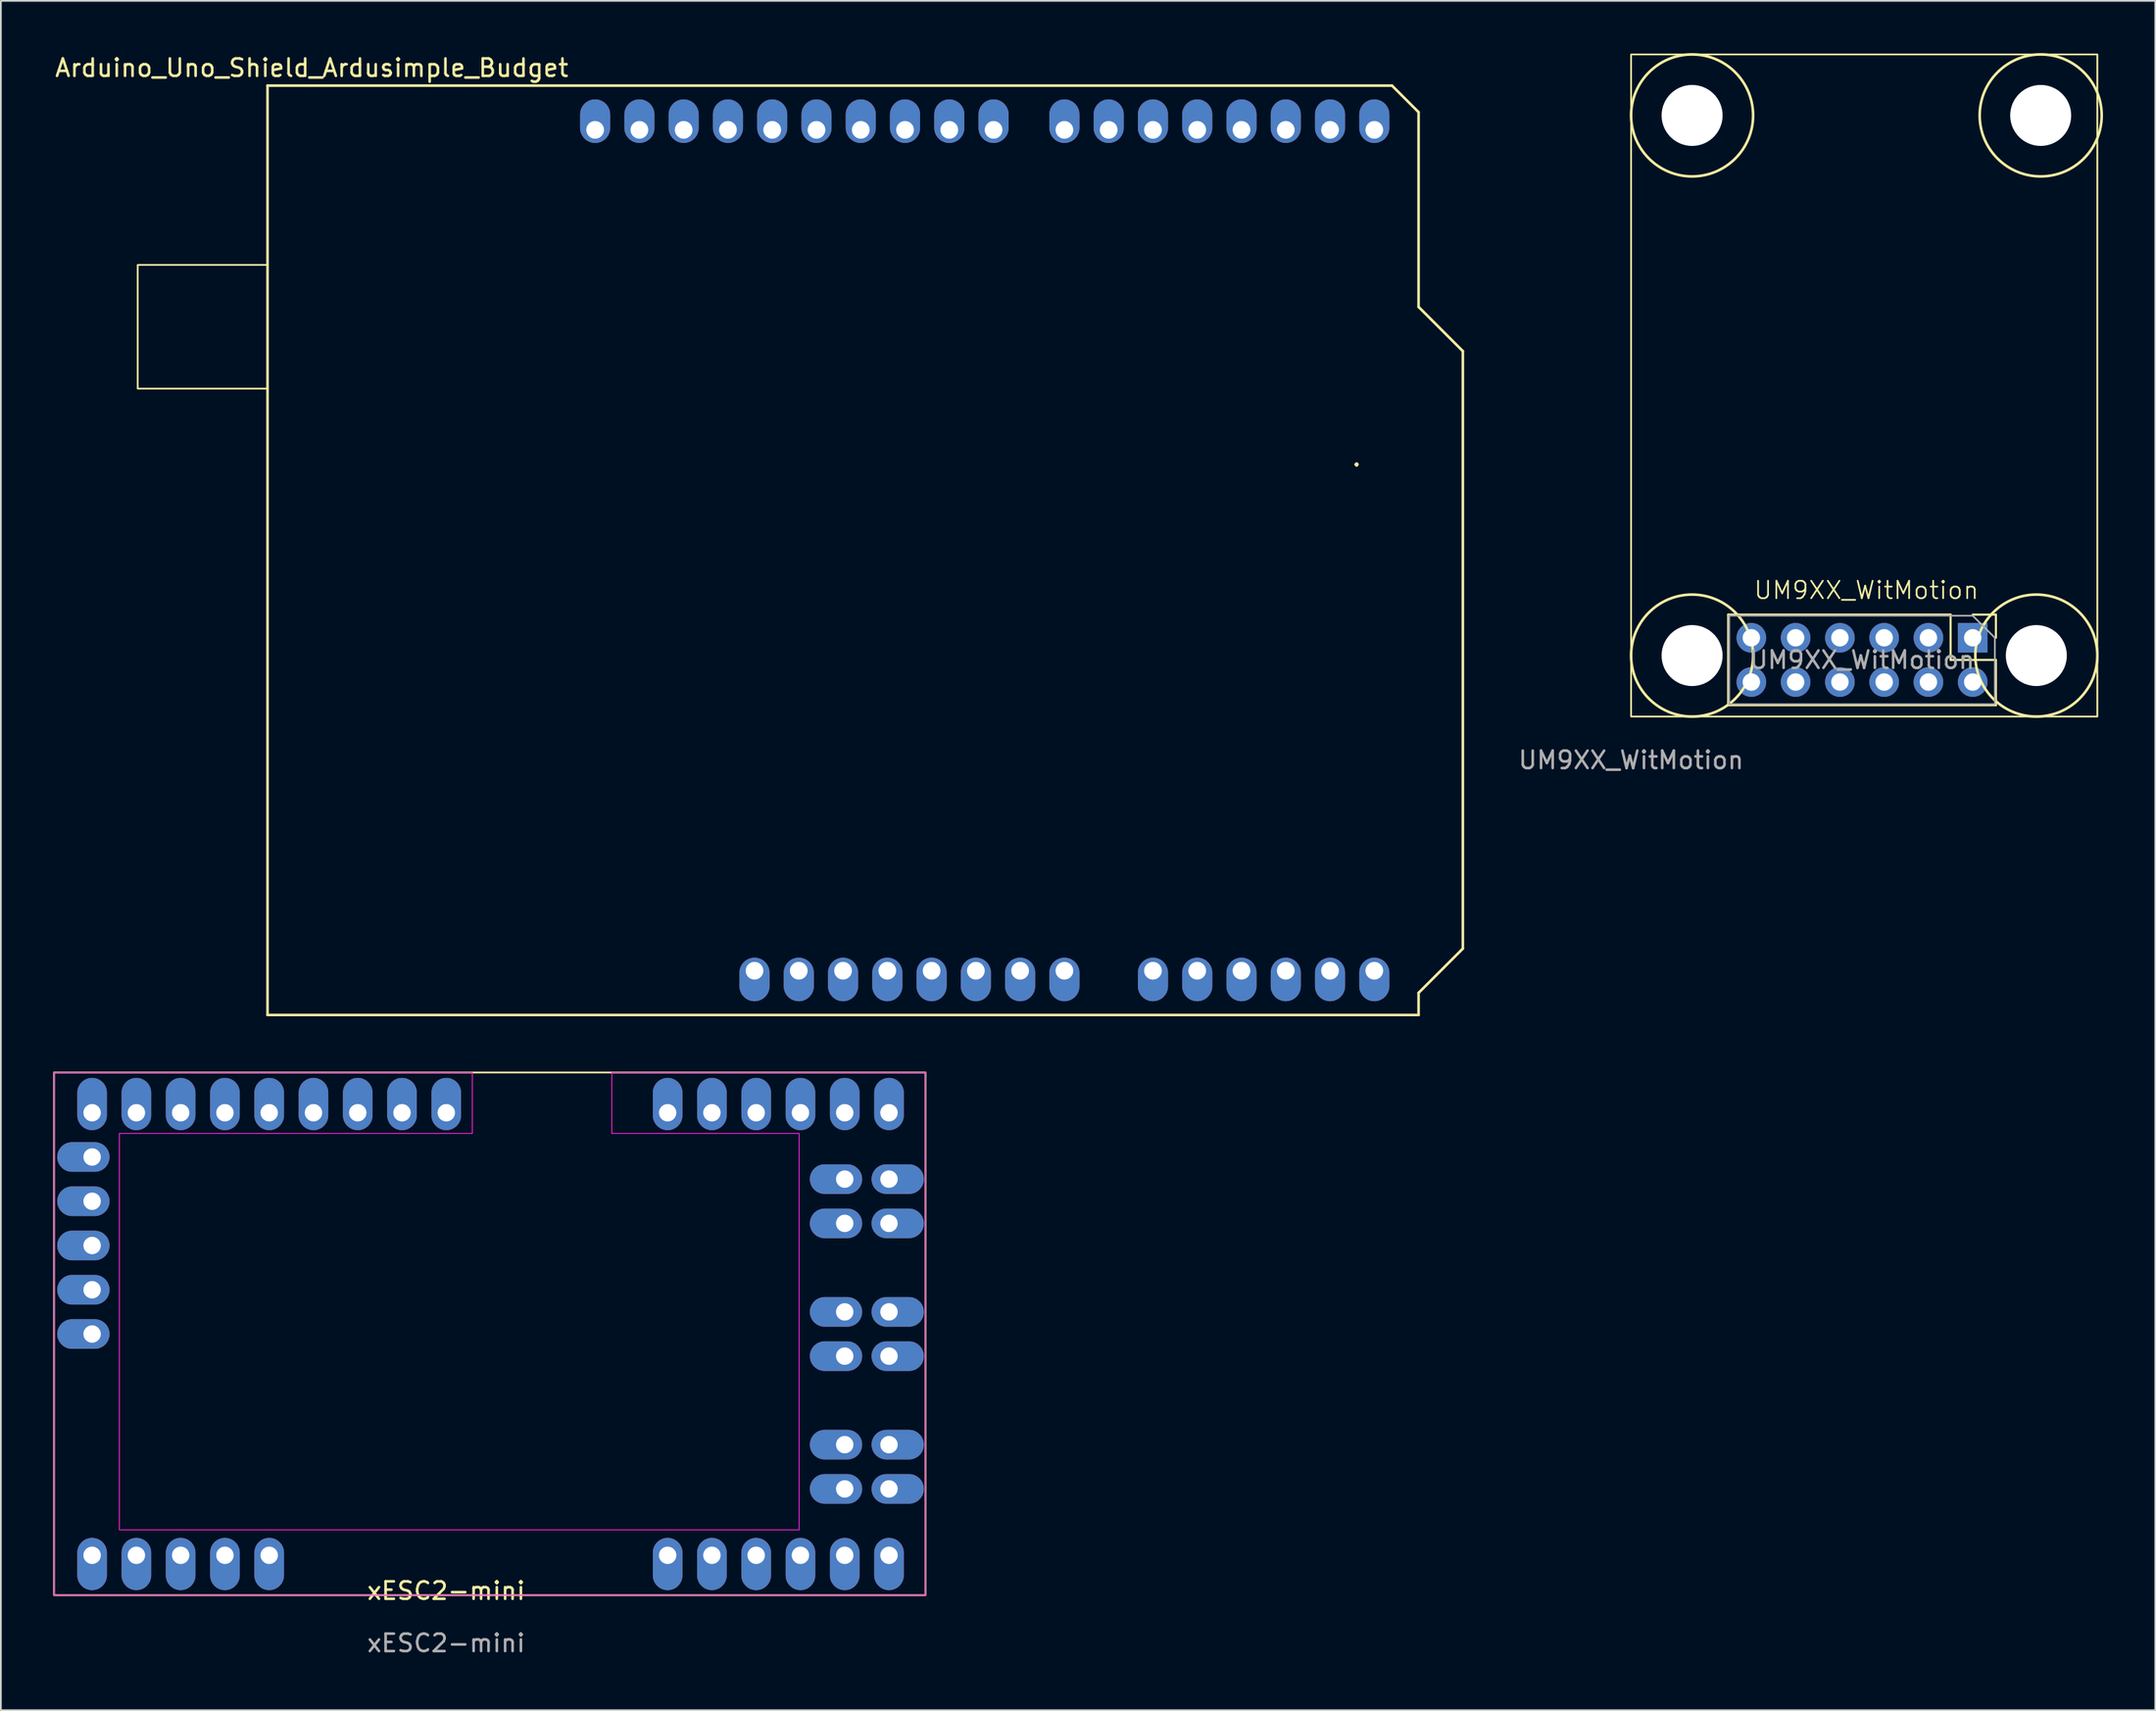
<source format=kicad_pcb>
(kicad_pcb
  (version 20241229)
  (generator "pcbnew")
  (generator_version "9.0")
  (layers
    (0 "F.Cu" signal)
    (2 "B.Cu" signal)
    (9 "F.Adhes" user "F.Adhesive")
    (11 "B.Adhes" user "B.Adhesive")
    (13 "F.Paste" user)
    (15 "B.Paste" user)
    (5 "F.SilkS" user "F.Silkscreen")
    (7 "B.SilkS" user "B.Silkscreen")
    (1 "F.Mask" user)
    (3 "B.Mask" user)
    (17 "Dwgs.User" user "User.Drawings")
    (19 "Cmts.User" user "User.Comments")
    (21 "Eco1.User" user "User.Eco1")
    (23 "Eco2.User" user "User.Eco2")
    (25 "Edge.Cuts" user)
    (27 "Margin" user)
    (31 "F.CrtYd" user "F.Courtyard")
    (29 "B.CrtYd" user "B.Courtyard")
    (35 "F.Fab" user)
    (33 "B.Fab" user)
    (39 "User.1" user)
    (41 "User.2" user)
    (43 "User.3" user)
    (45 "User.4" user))
  (footprint "xESC2-mini"
    (layer "F.Cu")
    (at 22.55 88.754)
    (property "Reference" "xESC2-mini" (at 0 -0.5 0) (unlocked yes) (layer "F.SilkS") (effects (font (size 1 1) (thickness 0.15))))
    (attr through_hole)
    (fp_rect (start -22.5 -30.25) (end 27.5 -0.25) (stroke (width 0.1) (type default)) (fill no) (layer "F.SilkS"))
    (fp_line (start -22.5 -30.25) (end -22.5 -0.25) (stroke (width 0.05) (type default)) (layer "F.CrtYd"))
    (fp_line (start -22.5 -0.25) (end 27.5 -0.25) (stroke (width 0.05) (type default)) (layer "F.CrtYd"))
    (fp_line (start -18.75 -26.75) (end 1.5 -26.75) (stroke (width 0.05) (type default)) (layer "F.CrtYd"))
    (fp_line (start -18.75 -4) (end -18.75 -26.75) (stroke (width 0.05) (type default)) (layer "F.CrtYd"))
    (fp_line (start 1.5 -30.25) (end -22.5 -30.25) (stroke (width 0.05) (type default)) (layer "F.CrtYd"))
    (fp_line (start 1.5 -26.75) (end 1.5 -30.25) (stroke (width 0.05) (type default)) (layer "F.CrtYd"))
    (fp_line (start 9.5 -30.25) (end 9.5 -26.75) (stroke (width 0.05) (type default)) (layer "F.CrtYd"))
    (fp_line (start 9.5 -26.75) (end 20.25 -26.75) (stroke (width 0.05) (type default)) (layer "F.CrtYd"))
    (fp_line (start 20.25 -26.75) (end 20.25 -4) (stroke (width 0.05) (type default)) (layer "F.CrtYd"))
    (fp_line (start 20.25 -4) (end -18.75 -4) (stroke (width 0.05) (type default)) (layer "F.CrtYd"))
    (fp_line (start 27.5 -30.25) (end 9.5 -30.25) (stroke (width 0.05) (type default)) (layer "F.CrtYd"))
    (fp_line (start 27.5 -0.25) (end 27.5 -30.25) (stroke (width 0.05) (type default)) (layer "F.CrtYd"))
    (fp_text user "${REFERENCE}" (at 0 2.5 0) (unlocked yes) (layer "F.Fab") (effects (font (size 1 1) (thickness 0.15))))
    (pad "1" thru_hole oval (at -17.775 -27.94 270) (size 3 1.7) (drill oval 1 (offset -0.5 0)) (layers "*.Cu" "*.Mask"))
    (pad "2" thru_hole oval (at -15.235 -27.94 270) (size 3 1.7) (drill oval 1 (offset -0.5 0)) (layers "*.Cu" "*.Mask"))
    (pad "3" thru_hole oval (at -10.155 -27.94 270) (size 3 1.7) (drill oval 1 (offset -0.5 0)) (layers "*.Cu" "*.Mask"))
    (pad "4" thru_hole oval (at -7.615 -27.94 270) (size 3 1.7) (drill oval 1 (offset -0.5 0)) (layers "*.Cu" "*.Mask"))
    (pad "5" thru_hole oval (at -5.075 -27.94 270) (size 3 1.7) (drill oval 1 (offset -0.5 0)) (layers "*.Cu" "*.Mask"))
    (pad "5V" thru_hole oval (at -12.695 -27.94 270) (size 3 1.7) (drill oval 1 (offset -0.5 0)) (layers "*.Cu" "*.Mask"))
    (pad "5V" thru_hole oval (at 17.785 -27.94 270) (size 3 1.7) (drill oval 1 (offset -0.5 0)) (layers "*.Cu" "*.Mask"))
    (pad "5V" thru_hole oval (at 17.785 -2.54 270) (size 3 1.7) (drill oval 1 (offset 0.5 0)) (layers "*.Cu" "*.Mask"))
    (pad "5V" thru_hole oval (at 20.325 -27.94 270) (size 3 1.7) (drill oval 1 (offset -0.5 0)) (layers "*.Cu" "*.Mask"))
    (pad "5V" thru_hole oval (at 20.325 -2.54 270) (size 3 1.7) (drill oval 1 (offset 0.5 0)) (layers "*.Cu" "*.Mask"))
    (pad "6" thru_hole oval (at -2.535 -27.94 270) (size 3 1.7) (drill oval 1 (offset -0.5 0)) (layers "*.Cu" "*.Mask"))
    (pad "7" thru_hole oval (at -20.315 -25.4 270) (size 1.7 3) (drill oval 1 (offset 0 0.5)) (layers "*.Cu" "*.Mask"))
    (pad "8" thru_hole oval (at -20.315 -22.86 270) (size 1.7 3) (drill oval 1 (offset 0 0.5)) (layers "*.Cu" "*.Mask"))
    (pad "9" thru_hole oval (at -20.315 -17.78 270) (size 1.7 3) (drill oval 1 (offset 0 0.5)) (layers "*.Cu" "*.Mask"))
    (pad "10" thru_hole oval (at -20.315 -15.24 270) (size 1.7 3) (drill oval 1 (offset 0 0.5)) (layers "*.Cu" "*.Mask"))
    (pad "11" thru_hole oval (at -20.315 -2.54 270) (size 3 1.7) (drill oval 1 (offset 0.5 0)) (layers "*.Cu" "*.Mask"))
    (pad "12" thru_hole oval (at -17.775 -2.54 270) (size 3 1.7) (drill oval 1 (offset 0.5 0)) (layers "*.Cu" "*.Mask"))
    (pad "13" thru_hole oval (at -15.235 -2.54 270) (size 3 1.7) (drill oval 1 (offset 0.5 0)) (layers "*.Cu" "*.Mask"))
    (pad "14" thru_hole oval (at -12.695 -2.54 270) (size 3 1.7) (drill oval 1 (offset 0.5 0)) (layers "*.Cu" "*.Mask"))
    (pad "GND" thru_hole oval (at -20.315 -27.94 270) (size 3 1.7) (drill oval 1 (offset -0.5 0)) (layers "*.Cu" "*.Mask"))
    (pad "GND" thru_hole oval (at -20.315 -20.32 270) (size 1.7 3) (drill oval 1 (offset 0 0.5)) (layers "*.Cu" "*.Mask"))
    (pad "GND" thru_hole oval (at -10.155 -2.54 270) (size 3 1.7) (drill oval 1 (offset 0.5 0)) (layers "*.Cu" "*.Mask"))
    (pad "GND" thru_hole oval (at 0.005 -27.94 270) (size 3 1.7) (drill oval 1 (offset -0.5 0)) (layers "*.Cu" "*.Mask"))
    (pad "GND" thru_hole oval (at 22.865 -27.94 270) (size 3 1.7) (drill oval 1 (offset -0.5 0)) (layers "*.Cu" "*.Mask"))
    (pad "GND" thru_hole oval (at 22.865 -2.54 270) (size 3 1.7) (drill oval 1 (offset 0.5 0)) (layers "*.Cu" "*.Mask"))
    (pad "GND" thru_hole oval (at 25.405 -27.94 270) (size 3 1.7) (drill oval 1 (offset -0.5 0)) (layers "*.Cu" "*.Mask"))
    (pad "GND" thru_hole oval (at 25.405 -2.54 270) (size 3 1.7) (drill oval 1 (offset 0.5 0)) (layers "*.Cu" "*.Mask"))
    (pad "U" thru_hole oval (at 22.865 -8.89 270) (size 1.7 3) (drill oval 1 (offset 0 0.5)) (layers "*.Cu" "*.Mask"))
    (pad "U" thru_hole oval (at 22.865 -6.35 270) (size 1.7 3) (drill oval 1 (offset 0 0.5)) (layers "*.Cu" "*.Mask"))
    (pad "U" thru_hole oval (at 25.405 -8.89 270) (size 1.7 3) (drill oval 1 (offset 0 -0.5)) (layers "*.Cu" "*.Mask"))
    (pad "U" thru_hole oval (at 25.405 -6.35 270) (size 1.7 3) (drill oval 1 (offset 0 -0.5)) (layers "*.Cu" "*.Mask"))
    (pad "V" thru_hole oval (at 22.865 -16.51 270) (size 1.7 3) (drill oval 1 (offset 0 0.5)) (layers "*.Cu" "*.Mask"))
    (pad "V" thru_hole oval (at 22.865 -13.97 270) (size 1.7 3) (drill oval 1 (offset 0 0.5)) (layers "*.Cu" "*.Mask"))
    (pad "V" thru_hole oval (at 25.405 -16.51 270) (size 1.7 3) (drill oval 1 (offset 0 -0.5)) (layers "*.Cu" "*.Mask"))
    (pad "V" thru_hole oval (at 25.405 -13.97 270) (size 1.7 3) (drill oval 1 (offset 0 -0.5)) (layers "*.Cu" "*.Mask"))
    (pad "VM" thru_hole oval (at 12.705 -27.94 270) (size 3 1.7) (drill oval 1 (offset -0.5 0)) (layers "*.Cu" "*.Mask"))
    (pad "VM" thru_hole oval (at 12.705 -2.54 270) (size 3 1.7) (drill oval 1 (offset 0.5 0)) (layers "*.Cu" "*.Mask"))
    (pad "VM" thru_hole oval (at 15.245 -27.94 270) (size 3 1.7) (drill oval 1 (offset -0.5 0)) (layers "*.Cu" "*.Mask"))
    (pad "VM" thru_hole oval (at 15.245 -2.54 270) (size 3 1.7) (drill oval 1 (offset 0.5 0)) (layers "*.Cu" "*.Mask"))
    (pad "W" thru_hole oval (at 22.865 -24.13 270) (size 1.7 3) (drill oval 1 (offset 0 0.5)) (layers "*.Cu" "*.Mask"))
    (pad "W" thru_hole oval (at 22.865 -21.59 270) (size 1.7 3) (drill oval 1 (offset 0 0.5)) (layers "*.Cu" "*.Mask"))
    (pad "W" thru_hole oval (at 25.405 -24.13 270) (size 1.7 3) (drill oval 1 (offset 0 -0.5)) (layers "*.Cu" "*.Mask"))
    (pad "W" thru_hole oval (at 25.405 -21.59 270) (size 1.7 3) (drill oval 1 (offset 0 -0.5)) (layers "*.Cu" "*.Mask")))
  (footprint "UM9XX_WitMotion"
    (layer "F.Cu")
    (at 90.532 38.075)
    (property "Reference" "UM9XX_WitMotion" (at 13.5 -7.25 0) (unlocked yes) (layer "F.SilkS") (effects (font (size 1 1) (thickness 0.1))))
    (attr through_hole)
    (fp_line (start 5.57 -5.85) (end 5.57 -0.65) (stroke (width 0.12) (type solid)) (layer "F.SilkS"))
    (fp_line (start 18.33 -5.85) (end 5.57 -5.85) (stroke (width 0.12) (type solid)) (layer "F.SilkS"))
    (fp_line (start 18.33 -5.85) (end 18.33 -3.25) (stroke (width 0.12) (type solid)) (layer "F.SilkS"))
    (fp_line (start 18.33 -3.25) (end 20.93 -3.25) (stroke (width 0.12) (type solid)) (layer "F.SilkS"))
    (fp_line (start 19.6 -5.85) (end 20.93 -5.85) (stroke (width 0.12) (type solid)) (layer "F.SilkS"))
    (fp_line (start 20.93 -5.85) (end 20.93 -4.52) (stroke (width 0.12) (type solid)) (layer "F.SilkS"))
    (fp_line (start 20.93 -3.25) (end 20.93 -0.65) (stroke (width 0.12) (type solid)) (layer "F.SilkS"))
    (fp_line (start 20.93 -0.65) (end 5.57 -0.65) (stroke (width 0.12) (type solid)) (layer "F.SilkS"))
    (fp_rect (start 0 -38) (end 26.75 0) (stroke (width 0.1) (type default)) (fill no) (layer "F.SilkS"))
    (fp_circle (center 3.5 -34.5) (end 7 -34.5) (stroke (width 0.15) (type solid)) (fill no) (layer "F.SilkS"))
    (fp_circle (center 3.5 -3.5) (end 7 -3.5) (stroke (width 0.15) (type solid)) (fill no) (layer "F.SilkS"))
    (fp_circle (center 23.25 -3.5) (end 26.75 -3.5) (stroke (width 0.15) (type solid)) (fill no) (layer "F.SilkS"))
    (fp_circle (center 23.5 -34.5) (end 27 -34.5) (stroke (width 0.15) (type solid)) (fill no) (layer "F.SilkS"))
    (fp_line (start 5.63 -5.79) (end 19.6 -5.79) (stroke (width 0.1) (type solid)) (layer "F.Fab"))
    (fp_line (start 5.63 -0.71) (end 5.63 -5.79) (stroke (width 0.1) (type solid)) (layer "F.Fab"))
    (fp_line (start 19.6 -5.79) (end 20.87 -4.52) (stroke (width 0.1) (type solid)) (layer "F.Fab"))
    (fp_line (start 20.87 -4.52) (end 20.87 -0.71) (stroke (width 0.1) (type solid)) (layer "F.Fab"))
    (fp_line (start 20.87 -0.71) (end 5.63 -0.71) (stroke (width 0.1) (type solid)) (layer "F.Fab"))
    (fp_text user "${REFERENCE}" (at 0 2.5 0) (unlocked yes) (layer "F.Fab") (effects (font (size 1 1) (thickness 0.15))))
    (fp_text user "${REFERENCE}" (at 13.25 -3.25 0) (layer "F.Fab") (effects (font (size 1 1) (thickness 0.15))))
    (pad "" np_thru_hole circle (at 3.5 -34.5) (size 3.5 3.5) (drill 3.5) (layers "*.Cu" "*.Mask"))
    (pad "" np_thru_hole circle (at 3.5 -3.5) (size 3.5 3.5) (drill 3.5) (layers "*.Cu" "*.Mask"))
    (pad "" np_thru_hole circle (at 23.25 -3.5) (size 3.5 3.5) (drill 3.5) (layers "*.Cu" "*.Mask"))
    (pad "" np_thru_hole circle (at 23.5 -34.5) (size 3.5 3.5) (drill 3.5) (layers "*.Cu" "*.Mask"))
    (pad "1" thru_hole rect (at 19.6 -4.52 270) (size 1.7 1.7) (drill 1) (layers "*.Cu" "*.Mask"))
    (pad "2" thru_hole oval (at 17.06 -4.52 270) (size 1.7 1.7) (drill 1) (layers "*.Cu" "*.Mask"))
    (pad "3" thru_hole oval (at 14.52 -4.52 270) (size 1.7 1.7) (drill 1) (layers "*.Cu" "*.Mask"))
    (pad "4" thru_hole oval (at 11.98 -4.52 270) (size 1.7 1.7) (drill 1) (layers "*.Cu" "*.Mask"))
    (pad "5" thru_hole oval (at 9.44 -4.52 270) (size 1.7 1.7) (drill 1) (layers "*.Cu" "*.Mask"))
    (pad "6" thru_hole oval (at 6.9 -4.52 270) (size 1.7 1.7) (drill 1) (layers "*.Cu" "*.Mask"))
    (pad "7" thru_hole oval (at 19.6 -1.98 270) (size 1.7 1.7) (drill 1) (layers "*.Cu" "*.Mask"))
    (pad "8" thru_hole oval (at 17.06 -1.98 270) (size 1.7 1.7) (drill 1) (layers "*.Cu" "*.Mask"))
    (pad "9" thru_hole oval (at 14.52 -1.98 270) (size 1.7 1.7) (drill 1) (layers "*.Cu" "*.Mask"))
    (pad "10" thru_hole oval (at 11.98 -1.98 270) (size 1.7 1.7) (drill 1) (layers "*.Cu" "*.Mask"))
    (pad "11" thru_hole oval (at 9.44 -1.98 270) (size 1.7 1.7) (drill 1) (layers "*.Cu" "*.Mask"))
    (pad "12" thru_hole oval (at 6.9 -1.98 270) (size 1.7 1.7) (drill 1) (layers "*.Cu" "*.Mask")))
  (footprint "Arduino_Uno_Shield_Ardusimple_Budget"
    (layer "F.Cu")
    (at 12.299 55.204)
    (property "Reference" "Arduino_Uno_Shield_Ardusimple_Budget" (at 2.54 -54.356 0) (layer "F.SilkS") (effects (font (size 1 1) (thickness 0.15))))
    (attr through_hole)
    (fp_line (start 0 -53.34) (end 0 0) (stroke (width 0.15) (type solid)) (layer "F.SilkS"))
    (fp_line (start 0 -53.34) (end 64.516 -53.34) (stroke (width 0.15) (type solid)) (layer "F.SilkS"))
    (fp_line (start 0 0) (end 66.04 0) (stroke (width 0.15) (type solid)) (layer "F.SilkS"))
    (fp_line (start 64.516 -53.34) (end 66.04 -51.816) (stroke (width 0.15) (type solid)) (layer "F.SilkS"))
    (fp_line (start 66.04 -40.64) (end 66.04 -51.816) (stroke (width 0.15) (type solid)) (layer "F.SilkS"))
    (fp_line (start 66.04 -1.27) (end 68.58 -3.81) (stroke (width 0.15) (type solid)) (layer "F.SilkS"))
    (fp_line (start 66.04 0) (end 66.04 -1.27) (stroke (width 0.15) (type solid)) (layer "F.SilkS"))
    (fp_line (start 68.58 -38.1) (end 66.04 -40.64) (stroke (width 0.15) (type solid)) (layer "F.SilkS"))
    (fp_line (start 68.58 -3.81) (end 68.58 -38.1) (stroke (width 0.15) (type solid)) (layer "F.SilkS"))
    (fp_rect (start -7.45 -43.05) (end 0 -35.95) (stroke (width 0.1) (type default)) (fill no) (layer "F.SilkS"))
    (fp_text user "." (at 62.484 -32.004 0) (layer "F.SilkS") (effects (font (size 1 1) (thickness 0.15))))
    (pad "" thru_hole oval (at 27.94 -2.54) (size 1.727 2.5) (drill 1.016 (offset 0 0.5)) (layers "*.Cu" "*.Mask"))
    (pad "3V3" thru_hole oval (at 35.56 -2.54) (size 1.727 2.5) (drill 1.016 (offset 0 0.5)) (layers "*.Cu" "*.Mask"))
    (pad "5V1" thru_hole oval (at 38.1 -2.54) (size 1.727 2.5) (drill 1.016 (offset 0 0.5)) (layers "*.Cu" "*.Mask"))
    (pad "A0" thru_hole oval (at 50.8 -2.54) (size 1.727 2.5) (drill 1.016 (offset 0 0.5)) (layers "*.Cu" "*.Mask"))
    (pad "A1" thru_hole oval (at 53.34 -2.54) (size 1.727 2.5) (drill 1.016 (offset 0 0.5)) (layers "*.Cu" "*.Mask"))
    (pad "A2" thru_hole oval (at 55.88 -2.54) (size 1.727 2.5) (drill 1.016 (offset 0 0.5)) (layers "*.Cu" "*.Mask"))
    (pad "A3" thru_hole oval (at 58.42 -2.54) (size 1.727 2.5) (drill 1.016 (offset 0 0.5)) (layers "*.Cu" "*.Mask"))
    (pad "A4" thru_hole oval (at 60.96 -2.54) (size 1.727 2.5) (drill 1.016 (offset 0 0.5)) (layers "*.Cu" "*.Mask"))
    (pad "A5" thru_hole oval (at 63.5 -2.54) (size 1.727 2.5) (drill 1.016 (offset 0 0.5)) (layers "*.Cu" "*.Mask"))
    (pad "AREF" thru_hole oval (at 23.876 -50.8) (size 1.727 2.5) (drill 1.016 (offset 0 -0.5)) (layers "*.Cu" "*.Mask"))
    (pad "D0" thru_hole oval (at 63.5 -50.8) (size 1.727 2.5) (drill 1.016 (offset 0 -0.5)) (layers "*.Cu" "*.Mask"))
    (pad "D1" thru_hole oval (at 60.96 -50.8) (size 1.727 2.5) (drill 1.016 (offset 0 -0.5)) (layers "*.Cu" "*.Mask"))
    (pad "D2" thru_hole oval (at 58.42 -50.8) (size 1.727 2.5) (drill 1.016 (offset 0 -0.5)) (layers "*.Cu" "*.Mask"))
    (pad "D3" thru_hole oval (at 55.88 -50.8) (size 1.727 2.5) (drill 1.016 (offset 0 -0.5)) (layers "*.Cu" "*.Mask"))
    (pad "D4" thru_hole oval (at 53.34 -50.8) (size 1.727 2.5) (drill 1.016 (offset 0 -0.5)) (layers "*.Cu" "*.Mask"))
    (pad "D5" thru_hole oval (at 50.8 -50.8) (size 1.727 2.5) (drill 1.016 (offset 0 -0.5)) (layers "*.Cu" "*.Mask"))
    (pad "D6" thru_hole oval (at 48.26 -50.8) (size 1.727 2.5) (drill 1.016 (offset 0 -0.5)) (layers "*.Cu" "*.Mask"))
    (pad "D7" thru_hole oval (at 45.72 -50.8) (size 1.727 2.5) (drill 1.016 (offset 0 -0.5)) (layers "*.Cu" "*.Mask"))
    (pad "D8" thru_hole oval (at 41.656 -50.8) (size 1.727 2.5) (drill 1.016 (offset 0 -0.5)) (layers "*.Cu" "*.Mask"))
    (pad "D9" thru_hole oval (at 39.116 -50.8) (size 1.727 2.5) (drill 1.016 (offset 0 -0.5)) (layers "*.Cu" "*.Mask"))
    (pad "D10" thru_hole oval (at 36.576 -50.8) (size 1.727 2.5) (drill 1.016 (offset 0 -0.5)) (layers "*.Cu" "*.Mask"))
    (pad "D11" thru_hole oval (at 34.036 -50.8) (size 1.727 2.5) (drill 1.016 (offset 0 -0.5)) (layers "*.Cu" "*.Mask"))
    (pad "D12" thru_hole oval (at 31.496 -50.8) (size 1.727 2.5) (drill 1.016 (offset 0 -0.5)) (layers "*.Cu" "*.Mask"))
    (pad "D13" thru_hole oval (at 28.956 -50.8) (size 1.727 2.5) (drill 1.016 (offset 0 -0.5)) (layers "*.Cu" "*.Mask"))
    (pad "GND1" thru_hole oval (at 26.416 -50.8) (size 1.727 2.5) (drill 1.016 (offset 0 -0.5)) (layers "*.Cu" "*.Mask"))
    (pad "GND2" thru_hole oval (at 40.64 -2.54) (size 1.727 2.5) (drill 1.016 (offset 0 0.5)) (layers "*.Cu" "*.Mask"))
    (pad "GND3" thru_hole oval (at 43.18 -2.54) (size 1.727 2.5) (drill 1.016 (offset 0 0.5)) (layers "*.Cu" "*.Mask"))
    (pad "IORF" thru_hole oval (at 30.48 -2.54) (size 1.727 2.5) (drill 1.016 (offset 0 0.5)) (layers "*.Cu" "*.Mask"))
    (pad "RST1" thru_hole oval (at 33.02 -2.54) (size 1.727 2.5) (drill 1.016 (offset 0 0.5)) (layers "*.Cu" "*.Mask"))
    (pad "SCL" thru_hole oval (at 18.796 -50.8) (size 1.727 2.5) (drill 1.016 (offset 0 -0.5)) (layers "*.Cu" "*.Mask"))
    (pad "SDA" thru_hole oval (at 21.336 -50.8) (size 1.727 2.5) (drill 1.016 (offset 0 -0.5)) (layers "*.Cu" "*.Mask"))
    (pad "VIN" thru_hole oval (at 45.72 -2.54) (size 1.727 2.5) (drill 1.016 (offset 0 0.5)) (layers "*.Cu" "*.Mask")))
  (gr_rect
    (start -3 -3)
    (end 120.607 95.103)
    (stroke (width 0.1) (type default))
    (fill no)
    (layer "Edge.Cuts")))
</source>
